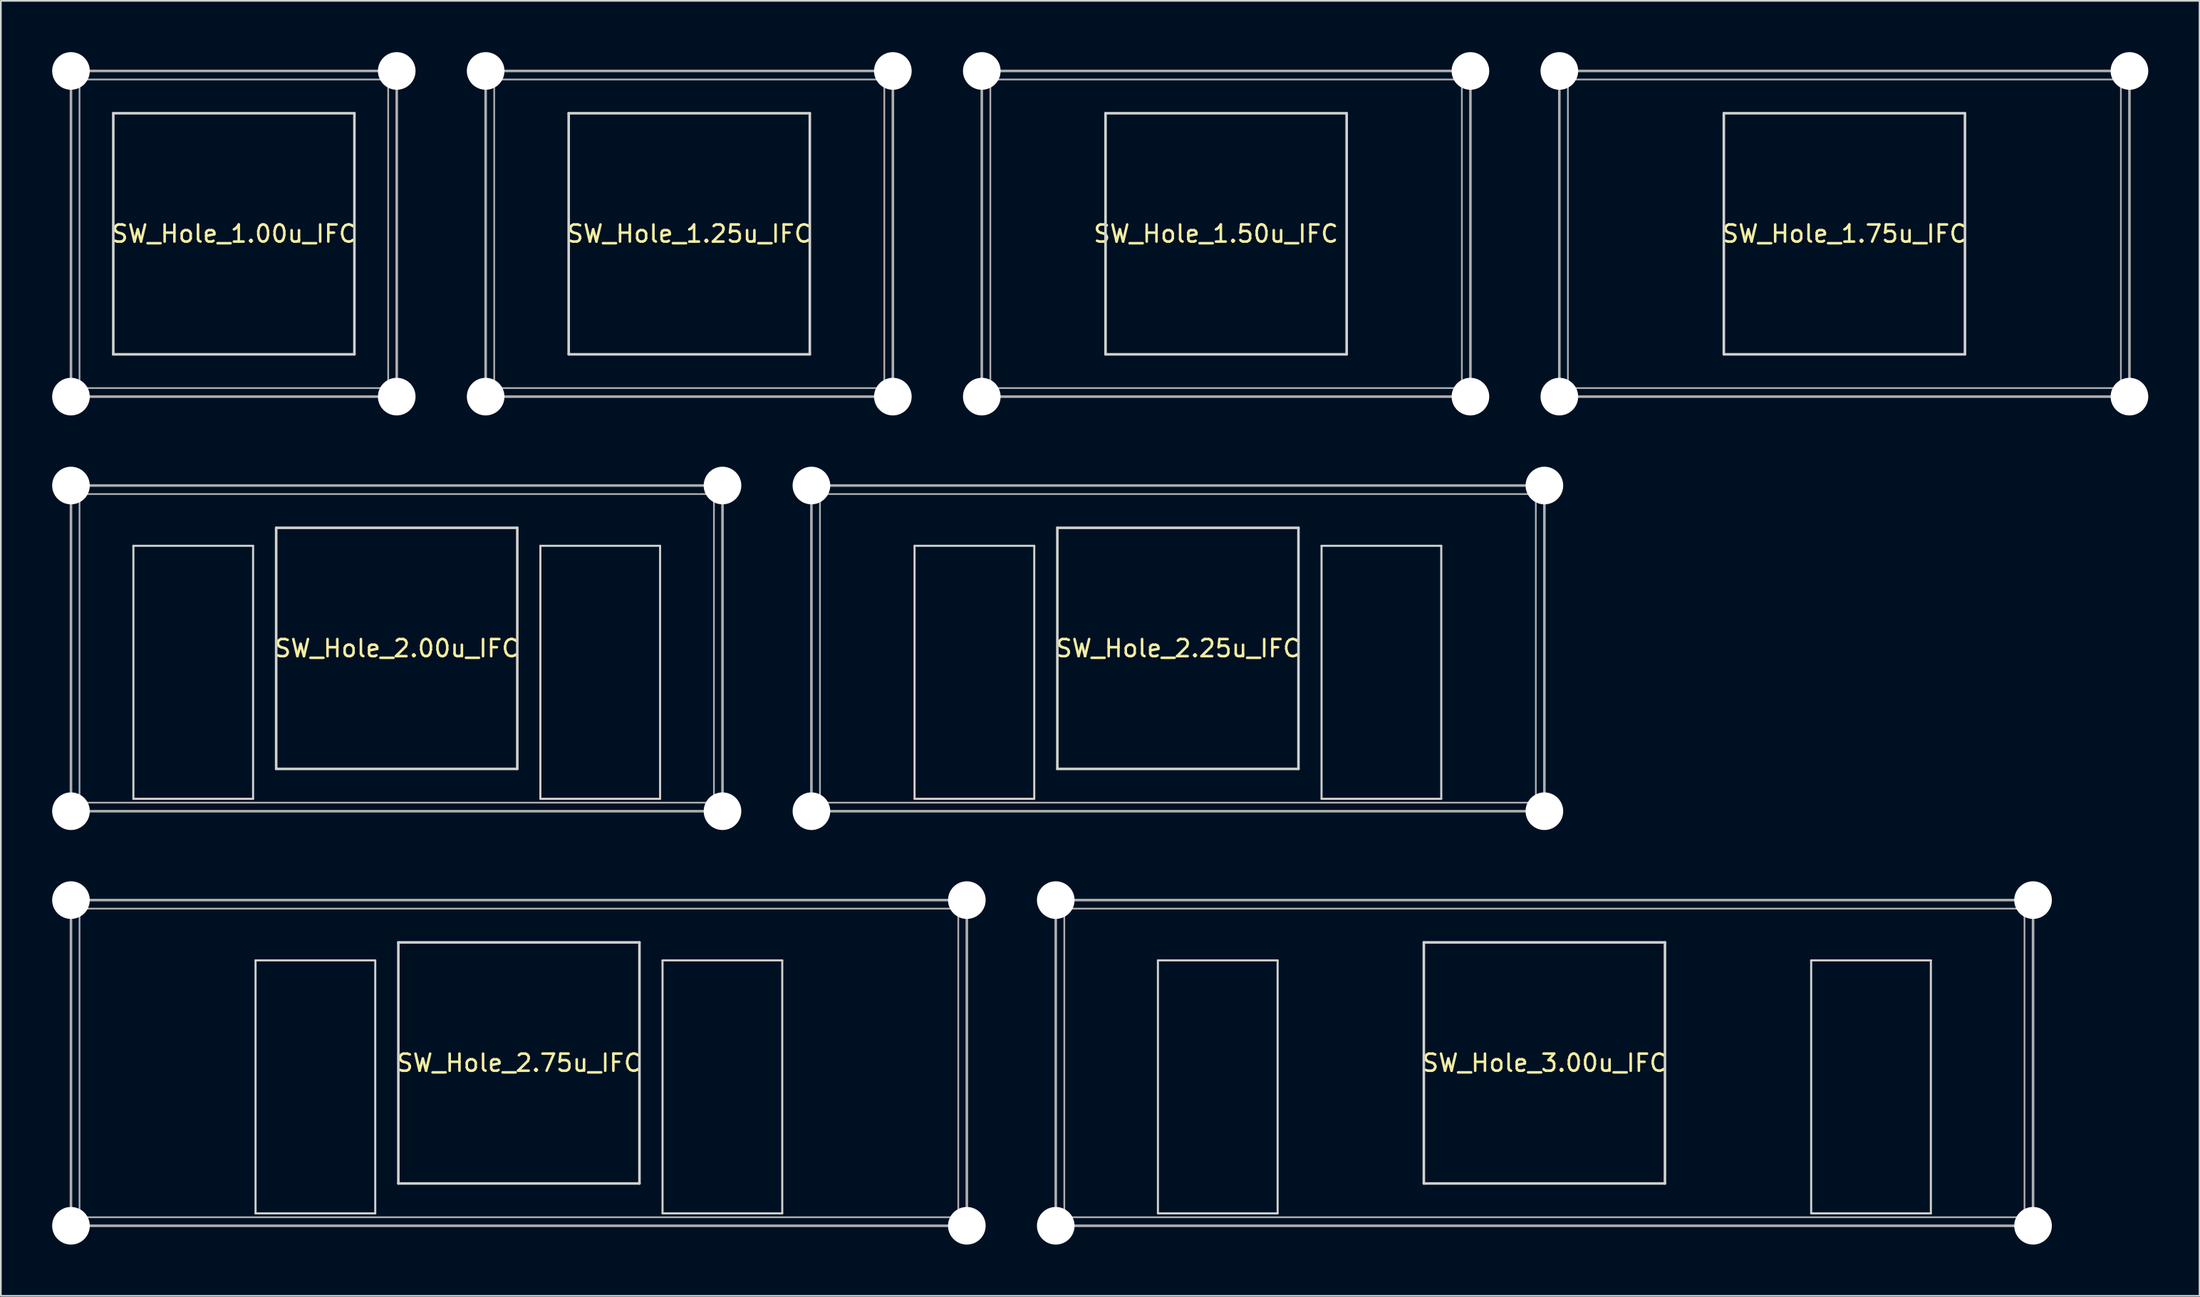
<source format=kicad_pcb>
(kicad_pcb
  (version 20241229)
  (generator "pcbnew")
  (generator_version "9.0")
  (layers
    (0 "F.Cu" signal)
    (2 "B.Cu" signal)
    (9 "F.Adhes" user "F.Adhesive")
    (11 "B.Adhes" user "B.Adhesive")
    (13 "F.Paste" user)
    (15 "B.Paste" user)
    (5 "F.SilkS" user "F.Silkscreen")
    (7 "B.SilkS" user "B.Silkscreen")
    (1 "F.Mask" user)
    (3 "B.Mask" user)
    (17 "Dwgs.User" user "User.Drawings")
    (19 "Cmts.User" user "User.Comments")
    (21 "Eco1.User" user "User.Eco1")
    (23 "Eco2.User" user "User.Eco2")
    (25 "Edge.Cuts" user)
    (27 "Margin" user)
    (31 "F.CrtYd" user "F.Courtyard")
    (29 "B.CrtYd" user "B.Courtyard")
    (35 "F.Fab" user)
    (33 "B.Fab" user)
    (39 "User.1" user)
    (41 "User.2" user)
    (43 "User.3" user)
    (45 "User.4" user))
  (footprint "SW_Hole_2.00u_IFC"
    (layer "F.Cu")
    (at 20.15 34.875)
    (property "Reference" "SW_Hole_2.00u_IFC" (at 0 0 0) (layer "F.SilkS") (effects (font (size 1 1) (thickness 0.15))))
    (attr through_hole)
    (fp_line (start -15.4 -6) (end -8.4 -6) (stroke (width 0.12) (type solid)) (layer "Edge.Cuts"))
    (fp_line (start -15.4 8.8) (end -15.4 -6) (stroke (width 0.12) (type solid)) (layer "Edge.Cuts"))
    (fp_line (start -8.4 -6) (end -8.4 8.8) (stroke (width 0.12) (type solid)) (layer "Edge.Cuts"))
    (fp_line (start -8.4 8.8) (end -15.4 8.8) (stroke (width 0.12) (type solid)) (layer "Edge.Cuts"))
    (fp_line (start -7.05 -7.05) (end 7.05 -7.05) (stroke (width 0.15) (type solid)) (layer "Edge.Cuts"))
    (fp_line (start -7.05 7.05) (end -7.05 -7.05) (stroke (width 0.15) (type solid)) (layer "Edge.Cuts"))
    (fp_line (start 7.05 -7.05) (end 7.05 7.05) (stroke (width 0.15) (type solid)) (layer "Edge.Cuts"))
    (fp_line (start 7.05 7.05) (end -7.05 7.05) (stroke (width 0.15) (type solid)) (layer "Edge.Cuts"))
    (fp_line (start 8.4 -6) (end 8.4 8.8) (stroke (width 0.12) (type solid)) (layer "Edge.Cuts"))
    (fp_line (start 8.4 8.8) (end 15.4 8.8) (stroke (width 0.12) (type solid)) (layer "Edge.Cuts"))
    (fp_line (start 15.4 -6) (end 8.4 -6) (stroke (width 0.12) (type solid)) (layer "Edge.Cuts"))
    (fp_line (start 15.4 8.8) (end 15.4 -6) (stroke (width 0.12) (type solid)) (layer "Edge.Cuts"))
    (fp_line (start -19.05 -9.525) (end -19.05 9.525) (stroke (width 0.15) (type solid)) (layer "F.Fab"))
    (fp_line (start -19.05 9.525) (end 19.05 9.525) (stroke (width 0.15) (type solid)) (layer "F.Fab"))
    (fp_line (start 19.05 -9.525) (end -19.05 -9.525) (stroke (width 0.15) (type solid)) (layer "F.Fab"))
    (fp_line (start 19.05 9.525) (end 19.05 -9.525) (stroke (width 0.15) (type solid)) (layer "F.Fab"))
    (fp_rect (start -18.55 -9.025) (end 18.55 9.025) (stroke (width 0.1) (type solid)) (fill no) (layer "F.Fab"))
    (pad "" np_thru_hole circle (at -19.05 -9.525) (size 2.2 2.2) (drill 2.2) (layers "*.Cu" "*.Mask"))
    (pad "" np_thru_hole circle (at -19.05 9.525) (size 2.2 2.2) (drill 2.2) (layers "*.Cu" "*.Mask"))
    (pad "" np_thru_hole circle (at 19.05 -9.525) (size 2.2 2.2) (drill 2.2) (layers "*.Cu" "*.Mask"))
    (pad "" np_thru_hole circle (at 19.05 9.525) (size 2.2 2.2) (drill 2.2) (layers "*.Cu" "*.Mask")))
  (footprint "SW_Hole_3.00u_IFC"
    (layer "F.Cu")
    (at 87.263 59.125)
    (property "Reference" "SW_Hole_3.00u_IFC" (at 0 0 0) (layer "F.SilkS") (effects (font (size 1 1) (thickness 0.15))))
    (attr through_hole)
    (fp_line (start -22.6 -6) (end -15.6 -6) (stroke (width 0.12) (type solid)) (layer "Edge.Cuts"))
    (fp_line (start -22.6 8.8) (end -22.6 -6) (stroke (width 0.12) (type solid)) (layer "Edge.Cuts"))
    (fp_line (start -15.6 -6) (end -15.6 8.8) (stroke (width 0.12) (type solid)) (layer "Edge.Cuts"))
    (fp_line (start -15.6 8.8) (end -22.6 8.8) (stroke (width 0.12) (type solid)) (layer "Edge.Cuts"))
    (fp_line (start -7.05 -7.05) (end 7.05 -7.05) (stroke (width 0.15) (type solid)) (layer "Edge.Cuts"))
    (fp_line (start -7.05 7.05) (end -7.05 -7.05) (stroke (width 0.15) (type solid)) (layer "Edge.Cuts"))
    (fp_line (start 7.05 -7.05) (end 7.05 7.05) (stroke (width 0.15) (type solid)) (layer "Edge.Cuts"))
    (fp_line (start 7.05 7.05) (end -7.05 7.05) (stroke (width 0.15) (type solid)) (layer "Edge.Cuts"))
    (fp_line (start 15.6 -6) (end 15.6 8.8) (stroke (width 0.12) (type solid)) (layer "Edge.Cuts"))
    (fp_line (start 15.6 8.8) (end 22.6 8.8) (stroke (width 0.12) (type solid)) (layer "Edge.Cuts"))
    (fp_line (start 22.6 -6) (end 15.6 -6) (stroke (width 0.12) (type solid)) (layer "Edge.Cuts"))
    (fp_line (start 22.6 8.8) (end 22.6 -6) (stroke (width 0.12) (type solid)) (layer "Edge.Cuts"))
    (fp_line (start -28.575 -9.525) (end -28.575 9.525) (stroke (width 0.15) (type solid)) (layer "F.Fab"))
    (fp_line (start -28.575 9.525) (end 28.575 9.525) (stroke (width 0.15) (type solid)) (layer "F.Fab"))
    (fp_line (start 28.575 -9.525) (end -28.575 -9.525) (stroke (width 0.15) (type solid)) (layer "F.Fab"))
    (fp_line (start 28.575 9.525) (end 28.575 -9.525) (stroke (width 0.15) (type solid)) (layer "F.Fab"))
    (fp_rect (start -28.075 -9.025) (end 28.075 9.025) (stroke (width 0.1) (type solid)) (fill no) (layer "F.Fab"))
    (pad "" np_thru_hole circle (at -28.575 -9.525) (size 2.2 2.2) (drill 2.2) (layers "*.Cu" "*.Mask"))
    (pad "" np_thru_hole circle (at -28.575 9.525) (size 2.2 2.2) (drill 2.2) (layers "*.Cu" "*.Mask"))
    (pad "" np_thru_hole circle (at 28.575 -9.525) (size 2.2 2.2) (drill 2.2) (layers "*.Cu" "*.Mask"))
    (pad "" np_thru_hole circle (at 28.575 9.525) (size 2.2 2.2) (drill 2.2) (layers "*.Cu" "*.Mask")))
  (footprint "SW_Hole_1.00u_IFC"
    (layer "F.Cu")
    (at 10.625 10.625)
    (property "Reference" "SW_Hole_1.00u_IFC" (at 0 0 0) (layer "F.SilkS") (effects (font (size 1 1) (thickness 0.15))))
    (attr through_hole)
    (fp_line (start -7.05 -7.05) (end 7.05 -7.05) (stroke (width 0.15) (type solid)) (layer "Edge.Cuts"))
    (fp_line (start -7.05 7.05) (end -7.05 -7.05) (stroke (width 0.15) (type solid)) (layer "Edge.Cuts"))
    (fp_line (start 7.05 -7.05) (end 7.05 7.05) (stroke (width 0.15) (type solid)) (layer "Edge.Cuts"))
    (fp_line (start 7.05 7.05) (end -7.05 7.05) (stroke (width 0.15) (type solid)) (layer "Edge.Cuts"))
    (fp_line (start -9.525 -9.525) (end -9.525 9.525) (stroke (width 0.15) (type solid)) (layer "F.Fab"))
    (fp_line (start -9.525 9.525) (end 9.525 9.525) (stroke (width 0.15) (type solid)) (layer "F.Fab"))
    (fp_line (start 9.525 -9.525) (end -9.525 -9.525) (stroke (width 0.15) (type solid)) (layer "F.Fab"))
    (fp_line (start 9.525 9.525) (end 9.525 -9.525) (stroke (width 0.15) (type solid)) (layer "F.Fab"))
    (fp_rect (start -9.025 -9.025) (end 9.025 9.025) (stroke (width 0.1) (type solid)) (fill no) (layer "F.Fab"))
    (pad "" np_thru_hole circle (at -9.525 -9.525) (size 2.2 2.2) (drill 2.2) (layers "*.Cu" "*.Mask"))
    (pad "" np_thru_hole circle (at -9.525 9.525) (size 2.2 2.2) (drill 2.2) (layers "*.Cu" "*.Mask"))
    (pad "" np_thru_hole circle (at 9.525 -9.525) (size 2.2 2.2) (drill 2.2) (layers "*.Cu" "*.Mask"))
    (pad "" np_thru_hole circle (at 9.525 9.525) (size 2.2 2.2) (drill 2.2) (layers "*.Cu" "*.Mask")))
  (footprint "SW_Hole_1.75u_IFC"
    (layer "F.Cu")
    (at 104.806 10.625)
    (property "Reference" "SW_Hole_1.75u_IFC" (at 0 0 0) (layer "F.SilkS") (effects (font (size 1 1) (thickness 0.15))))
    (attr through_hole)
    (fp_line (start -7.05 -7.05) (end 7.05 -7.05) (stroke (width 0.15) (type solid)) (layer "Edge.Cuts"))
    (fp_line (start -7.05 7.05) (end -7.05 -7.05) (stroke (width 0.15) (type solid)) (layer "Edge.Cuts"))
    (fp_line (start 7.05 -7.05) (end 7.05 7.05) (stroke (width 0.15) (type solid)) (layer "Edge.Cuts"))
    (fp_line (start 7.05 7.05) (end -7.05 7.05) (stroke (width 0.15) (type solid)) (layer "Edge.Cuts"))
    (fp_line (start -16.669 -9.525) (end -16.669 9.525) (stroke (width 0.15) (type solid)) (layer "F.Fab"))
    (fp_line (start -16.669 9.525) (end 16.669 9.525) (stroke (width 0.15) (type solid)) (layer "F.Fab"))
    (fp_line (start 16.669 -9.525) (end -16.669 -9.525) (stroke (width 0.15) (type solid)) (layer "F.Fab"))
    (fp_line (start 16.669 9.525) (end 16.669 -9.525) (stroke (width 0.15) (type solid)) (layer "F.Fab"))
    (fp_rect (start -16.169 -9.025) (end 16.169 9.025) (stroke (width 0.1) (type solid)) (fill no) (layer "F.Fab"))
    (pad "" np_thru_hole circle (at -16.669 -9.525) (size 2.2 2.2) (drill 2.2) (layers "*.Cu" "*.Mask"))
    (pad "" np_thru_hole circle (at -16.669 9.525) (size 2.2 2.2) (drill 2.2) (layers "*.Cu" "*.Mask"))
    (pad "" np_thru_hole circle (at 16.669 -9.525) (size 2.2 2.2) (drill 2.2) (layers "*.Cu" "*.Mask"))
    (pad "" np_thru_hole circle (at 16.669 9.525) (size 2.2 2.2) (drill 2.2) (layers "*.Cu" "*.Mask")))
  (footprint "SW_Hole_2.75u_IFC"
    (layer "F.Cu")
    (at 27.294 59.125)
    (property "Reference" "SW_Hole_2.75u_IFC" (at 0 0 0) (layer "F.SilkS") (effects (font (size 1 1) (thickness 0.15))))
    (attr through_hole)
    (fp_line (start -15.4 -6) (end -8.4 -6) (stroke (width 0.12) (type solid)) (layer "Edge.Cuts"))
    (fp_line (start -15.4 8.8) (end -15.4 -6) (stroke (width 0.12) (type solid)) (layer "Edge.Cuts"))
    (fp_line (start -8.4 -6) (end -8.4 8.8) (stroke (width 0.12) (type solid)) (layer "Edge.Cuts"))
    (fp_line (start -8.4 8.8) (end -15.4 8.8) (stroke (width 0.12) (type solid)) (layer "Edge.Cuts"))
    (fp_line (start -7.05 -7.05) (end 7.05 -7.05) (stroke (width 0.15) (type solid)) (layer "Edge.Cuts"))
    (fp_line (start -7.05 7.05) (end -7.05 -7.05) (stroke (width 0.15) (type solid)) (layer "Edge.Cuts"))
    (fp_line (start 7.05 -7.05) (end 7.05 7.05) (stroke (width 0.15) (type solid)) (layer "Edge.Cuts"))
    (fp_line (start 7.05 7.05) (end -7.05 7.05) (stroke (width 0.15) (type solid)) (layer "Edge.Cuts"))
    (fp_line (start 8.4 -6) (end 8.4 8.8) (stroke (width 0.12) (type solid)) (layer "Edge.Cuts"))
    (fp_line (start 8.4 8.8) (end 15.4 8.8) (stroke (width 0.12) (type solid)) (layer "Edge.Cuts"))
    (fp_line (start 15.4 -6) (end 8.4 -6) (stroke (width 0.12) (type solid)) (layer "Edge.Cuts"))
    (fp_line (start 15.4 8.8) (end 15.4 -6) (stroke (width 0.12) (type solid)) (layer "Edge.Cuts"))
    (fp_line (start -26.194 -9.525) (end -26.194 9.525) (stroke (width 0.15) (type solid)) (layer "F.Fab"))
    (fp_line (start -26.194 9.525) (end 26.194 9.525) (stroke (width 0.15) (type solid)) (layer "F.Fab"))
    (fp_line (start 26.194 -9.525) (end -26.194 -9.525) (stroke (width 0.15) (type solid)) (layer "F.Fab"))
    (fp_line (start 26.194 9.525) (end 26.194 -9.525) (stroke (width 0.15) (type solid)) (layer "F.Fab"))
    (fp_rect (start -25.694 -9.025) (end 25.694 9.025) (stroke (width 0.1) (type solid)) (fill no) (layer "F.Fab"))
    (pad "" np_thru_hole circle (at -26.194 -9.525) (size 2.2 2.2) (drill 2.2) (layers "*.Cu" "*.Mask"))
    (pad "" np_thru_hole circle (at -26.194 9.525) (size 2.2 2.2) (drill 2.2) (layers "*.Cu" "*.Mask"))
    (pad "" np_thru_hole circle (at 26.194 -9.525) (size 2.2 2.2) (drill 2.2) (layers "*.Cu" "*.Mask"))
    (pad "" np_thru_hole circle (at 26.194 9.525) (size 2.2 2.2) (drill 2.2) (layers "*.Cu" "*.Mask")))
  (footprint "SW_Hole_1.25u_IFC"
    (layer "F.Cu")
    (at 37.256 10.625)
    (property "Reference" "SW_Hole_1.25u_IFC" (at 0 0 0) (layer "F.SilkS") (effects (font (size 1 1) (thickness 0.15))))
    (attr through_hole)
    (fp_line (start -7.05 -7.05) (end 7.05 -7.05) (stroke (width 0.15) (type solid)) (layer "Edge.Cuts"))
    (fp_line (start -7.05 7.05) (end -7.05 -7.05) (stroke (width 0.15) (type solid)) (layer "Edge.Cuts"))
    (fp_line (start 7.05 -7.05) (end 7.05 7.05) (stroke (width 0.15) (type solid)) (layer "Edge.Cuts"))
    (fp_line (start 7.05 7.05) (end -7.05 7.05) (stroke (width 0.15) (type solid)) (layer "Edge.Cuts"))
    (fp_line (start -11.906 -9.525) (end -11.906 9.525) (stroke (width 0.15) (type solid)) (layer "F.Fab"))
    (fp_line (start -11.906 9.525) (end 11.906 9.525) (stroke (width 0.15) (type solid)) (layer "F.Fab"))
    (fp_line (start 11.906 -9.525) (end -11.906 -9.525) (stroke (width 0.15) (type solid)) (layer "F.Fab"))
    (fp_line (start 11.906 9.525) (end 11.906 -9.525) (stroke (width 0.15) (type solid)) (layer "F.Fab"))
    (fp_rect (start -11.406 -9.025) (end 11.406 9.025) (stroke (width 0.1) (type solid)) (fill no) (layer "F.Fab"))
    (pad "" np_thru_hole circle (at -11.906 -9.525) (size 2.2 2.2) (drill 2.2) (layers "*.Cu" "*.Mask"))
    (pad "" np_thru_hole circle (at -11.906 9.525) (size 2.2 2.2) (drill 2.2) (layers "*.Cu" "*.Mask"))
    (pad "" np_thru_hole circle (at 11.906 -9.525) (size 2.2 2.2) (drill 2.2) (layers "*.Cu" "*.Mask"))
    (pad "" np_thru_hole circle (at 11.906 9.525) (size 2.2 2.2) (drill 2.2) (layers "*.Cu" "*.Mask")))
  (footprint "SW_Hole_2.25u_IFC"
    (layer "F.Cu")
    (at 65.831 34.875)
    (property "Reference" "SW_Hole_2.25u_IFC" (at 0 0 0) (layer "F.SilkS") (effects (font (size 1 1) (thickness 0.15))))
    (attr through_hole)
    (fp_line (start -15.4 -6) (end -8.4 -6) (stroke (width 0.12) (type solid)) (layer "Edge.Cuts"))
    (fp_line (start -15.4 8.8) (end -15.4 -6) (stroke (width 0.12) (type solid)) (layer "Edge.Cuts"))
    (fp_line (start -8.4 -6) (end -8.4 8.8) (stroke (width 0.12) (type solid)) (layer "Edge.Cuts"))
    (fp_line (start -8.4 8.8) (end -15.4 8.8) (stroke (width 0.12) (type solid)) (layer "Edge.Cuts"))
    (fp_line (start -7.05 -7.05) (end 7.05 -7.05) (stroke (width 0.15) (type solid)) (layer "Edge.Cuts"))
    (fp_line (start -7.05 7.05) (end -7.05 -7.05) (stroke (width 0.15) (type solid)) (layer "Edge.Cuts"))
    (fp_line (start 7.05 -7.05) (end 7.05 7.05) (stroke (width 0.15) (type solid)) (layer "Edge.Cuts"))
    (fp_line (start 7.05 7.05) (end -7.05 7.05) (stroke (width 0.15) (type solid)) (layer "Edge.Cuts"))
    (fp_line (start 8.4 -6) (end 8.4 8.8) (stroke (width 0.12) (type solid)) (layer "Edge.Cuts"))
    (fp_line (start 8.4 8.8) (end 15.4 8.8) (stroke (width 0.12) (type solid)) (layer "Edge.Cuts"))
    (fp_line (start 15.4 -6) (end 8.4 -6) (stroke (width 0.12) (type solid)) (layer "Edge.Cuts"))
    (fp_line (start 15.4 8.8) (end 15.4 -6) (stroke (width 0.12) (type solid)) (layer "Edge.Cuts"))
    (fp_line (start -21.431 -9.525) (end -21.431 9.525) (stroke (width 0.15) (type solid)) (layer "F.Fab"))
    (fp_line (start -21.431 9.525) (end 21.431 9.525) (stroke (width 0.15) (type solid)) (layer "F.Fab"))
    (fp_line (start 21.431 -9.525) (end -21.431 -9.525) (stroke (width 0.15) (type solid)) (layer "F.Fab"))
    (fp_line (start 21.431 9.525) (end 21.431 -9.525) (stroke (width 0.15) (type solid)) (layer "F.Fab"))
    (fp_rect (start -20.931 -9.025) (end 20.931 9.025) (stroke (width 0.1) (type solid)) (fill no) (layer "F.Fab"))
    (pad "" np_thru_hole circle (at -21.431 -9.525) (size 2.2 2.2) (drill 2.2) (layers "*.Cu" "*.Mask"))
    (pad "" np_thru_hole circle (at -21.431 9.525) (size 2.2 2.2) (drill 2.2) (layers "*.Cu" "*.Mask"))
    (pad "" np_thru_hole circle (at 21.431 -9.525) (size 2.2 2.2) (drill 2.2) (layers "*.Cu" "*.Mask"))
    (pad "" np_thru_hole circle (at 21.431 9.525) (size 2.2 2.2) (drill 2.2) (layers "*.Cu" "*.Mask")))
  (footprint "SW_Hole_1.50u_IFC"
    (layer "F.Cu")
    (at 68.65 10.625)
    (property "Reference" "SW_Hole_1.50u_IFC" (at -0.595 0 0) (layer "F.SilkS") (effects (font (size 1 1) (thickness 0.15))))
    (attr through_hole)
    (fp_line (start -7.05 -7.05) (end 7.05 -7.05) (stroke (width 0.15) (type solid)) (layer "Edge.Cuts"))
    (fp_line (start -7.05 7.05) (end -7.05 -7.05) (stroke (width 0.15) (type solid)) (layer "Edge.Cuts"))
    (fp_line (start 7.05 -7.05) (end 7.05 7.05) (stroke (width 0.15) (type solid)) (layer "Edge.Cuts"))
    (fp_line (start 7.05 7.05) (end -7.05 7.05) (stroke (width 0.15) (type solid)) (layer "Edge.Cuts"))
    (fp_line (start -14.287 -9.525) (end -14.287 9.525) (stroke (width 0.15) (type solid)) (layer "F.Fab"))
    (fp_line (start -14.287 9.525) (end 14.287 9.525) (stroke (width 0.15) (type solid)) (layer "F.Fab"))
    (fp_line (start 14.287 -9.525) (end -14.287 -9.525) (stroke (width 0.15) (type solid)) (layer "F.Fab"))
    (fp_line (start 14.287 9.525) (end 14.287 -9.525) (stroke (width 0.15) (type solid)) (layer "F.Fab"))
    (fp_rect (start -13.787 -9.025) (end 13.787 9.025) (stroke (width 0.1) (type solid)) (fill no) (layer "F.Fab"))
    (pad "" np_thru_hole circle (at -14.287 -9.525) (size 2.2 2.2) (drill 2.2) (layers "*.Cu" "*.Mask"))
    (pad "" np_thru_hole circle (at -14.287 9.525) (size 2.2 2.2) (drill 2.2) (layers "*.Cu" "*.Mask"))
    (pad "" np_thru_hole circle (at 14.287 -9.525) (size 2.2 2.2) (drill 2.2) (layers "*.Cu" "*.Mask"))
    (pad "" np_thru_hole circle (at 14.287 9.525) (size 2.2 2.2) (drill 2.2) (layers "*.Cu" "*.Mask")))
  (gr_rect
    (start -3 -3)
    (end 125.575 72.75)
    (stroke (width 0.1) (type default))
    (fill no)
    (layer "Edge.Cuts")))
</source>
